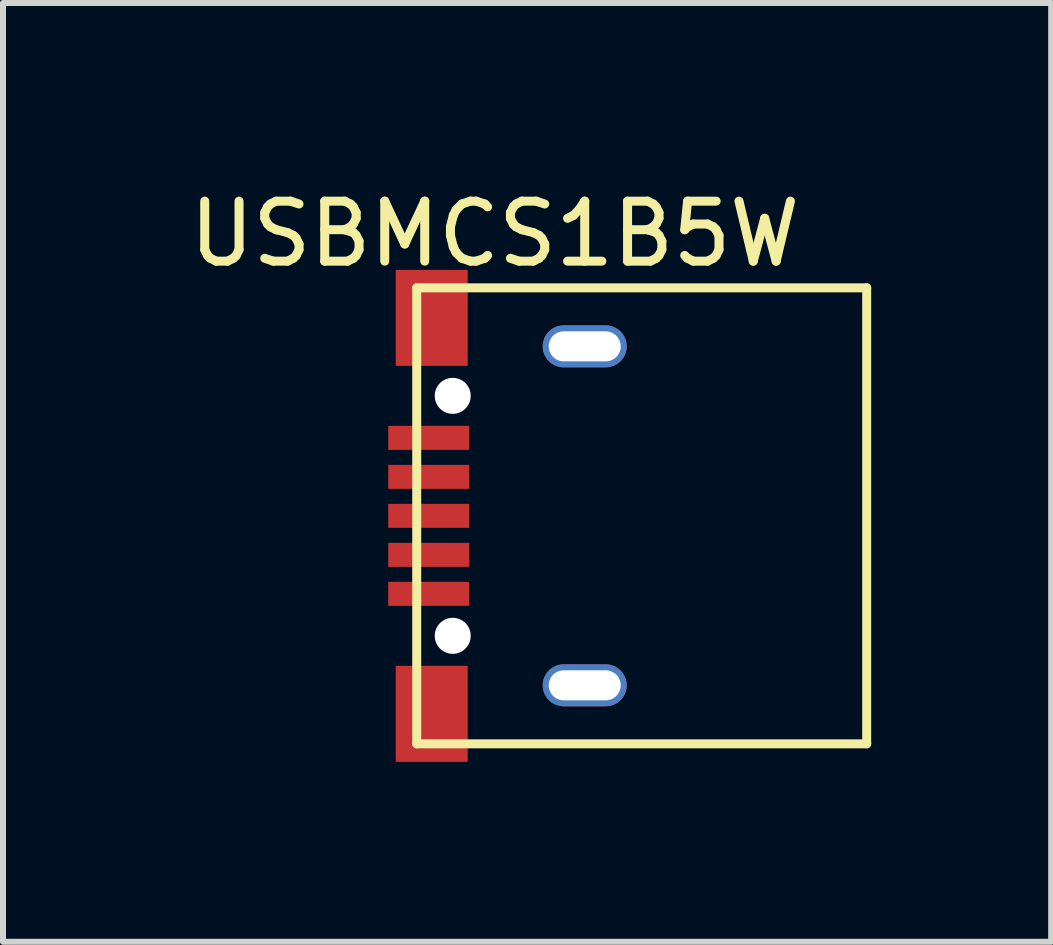
<source format=kicad_pcb>
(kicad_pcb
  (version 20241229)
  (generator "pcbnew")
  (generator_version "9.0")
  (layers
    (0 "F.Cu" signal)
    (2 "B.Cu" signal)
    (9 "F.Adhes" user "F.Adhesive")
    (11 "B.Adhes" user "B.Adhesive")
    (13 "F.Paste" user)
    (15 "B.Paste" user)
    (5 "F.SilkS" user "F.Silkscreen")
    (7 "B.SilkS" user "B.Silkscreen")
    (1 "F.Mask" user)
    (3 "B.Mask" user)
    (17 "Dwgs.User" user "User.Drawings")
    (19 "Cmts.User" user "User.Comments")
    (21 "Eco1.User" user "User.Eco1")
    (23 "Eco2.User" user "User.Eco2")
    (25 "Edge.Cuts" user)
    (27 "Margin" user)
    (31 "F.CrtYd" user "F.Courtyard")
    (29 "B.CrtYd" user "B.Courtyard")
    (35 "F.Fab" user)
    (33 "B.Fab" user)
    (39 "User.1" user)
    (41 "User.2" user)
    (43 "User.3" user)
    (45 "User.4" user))
  (footprint "USBMCS1B5W"
    (layer "F.Cu")
    (at 4.096 5.548)
    (property "Reference" "USBMCS1B5W" (at 1.1 -4.7 0) (layer "F.SilkS") (effects (font (size 1 1) (thickness 0.15))))
    (attr through_hole)
    (fp_line (start -0.2 -3.8) (end -0.2 3.8) (stroke (width 0.15) (type solid)) (layer "F.SilkS"))
    (fp_line (start -0.2 3.8) (end 7.3 3.8) (stroke (width 0.15) (type solid)) (layer "F.SilkS"))
    (fp_line (start 7.3 -3.8) (end -0.2 -3.8) (stroke (width 0.15) (type solid)) (layer "F.SilkS"))
    (fp_line (start 7.3 3.8) (end 7.3 -3.8) (stroke (width 0.15) (type solid)) (layer "F.SilkS"))
    (pad "" np_thru_hole circle (at 0.4 -2) (size 0.6 0.6) (drill 0.6) (layers "*.Cu" "*.Mask"))
    (pad "" np_thru_hole circle (at 0.4 2) (size 0.6 0.6) (drill 0.6) (layers "*.Cu" "*.Mask"))
    (pad "1" smd rect (at 0 1.3) (size 1.35 0.4) (layers "F.Cu" "F.Mask" "F.Paste"))
    (pad "2" smd rect (at 0 0.65) (size 1.35 0.4) (layers "F.Cu" "F.Mask" "F.Paste"))
    (pad "3" smd rect (at 0 0) (size 1.35 0.4) (layers "F.Cu" "F.Mask" "F.Paste"))
    (pad "4" smd rect (at 0 -0.65) (size 1.35 0.4) (layers "F.Cu" "F.Mask" "F.Paste"))
    (pad "5" smd rect (at 0 -1.3) (size 1.35 0.4) (layers "F.Cu" "F.Mask" "F.Paste"))
    (pad "6" smd rect (at 0.05 -3.3 90) (size 1.6 1.2) (layers "F.Cu" "F.Mask" "F.Paste"))
    (pad "6" smd rect (at 0.05 3.3 90) (size 1.6 1.2) (layers "F.Cu" "F.Mask" "F.Paste"))
    (pad "6" thru_hole oval (at 2.6 -2.825 90) (size 0.7 1.4) (drill oval 0.5 1.2) (layers "*.Cu" "*.Mask"))
    (pad "6" thru_hole oval (at 2.6 2.825 90) (size 0.7 1.4) (drill oval 0.5 1.2) (layers "*.Cu" "*.Mask")))
  (gr_rect
    (start -3 -3)
    (end 14.471 12.648)
    (stroke (width 0.1) (type default))
    (fill no)
    (layer "Edge.Cuts")))
</source>
